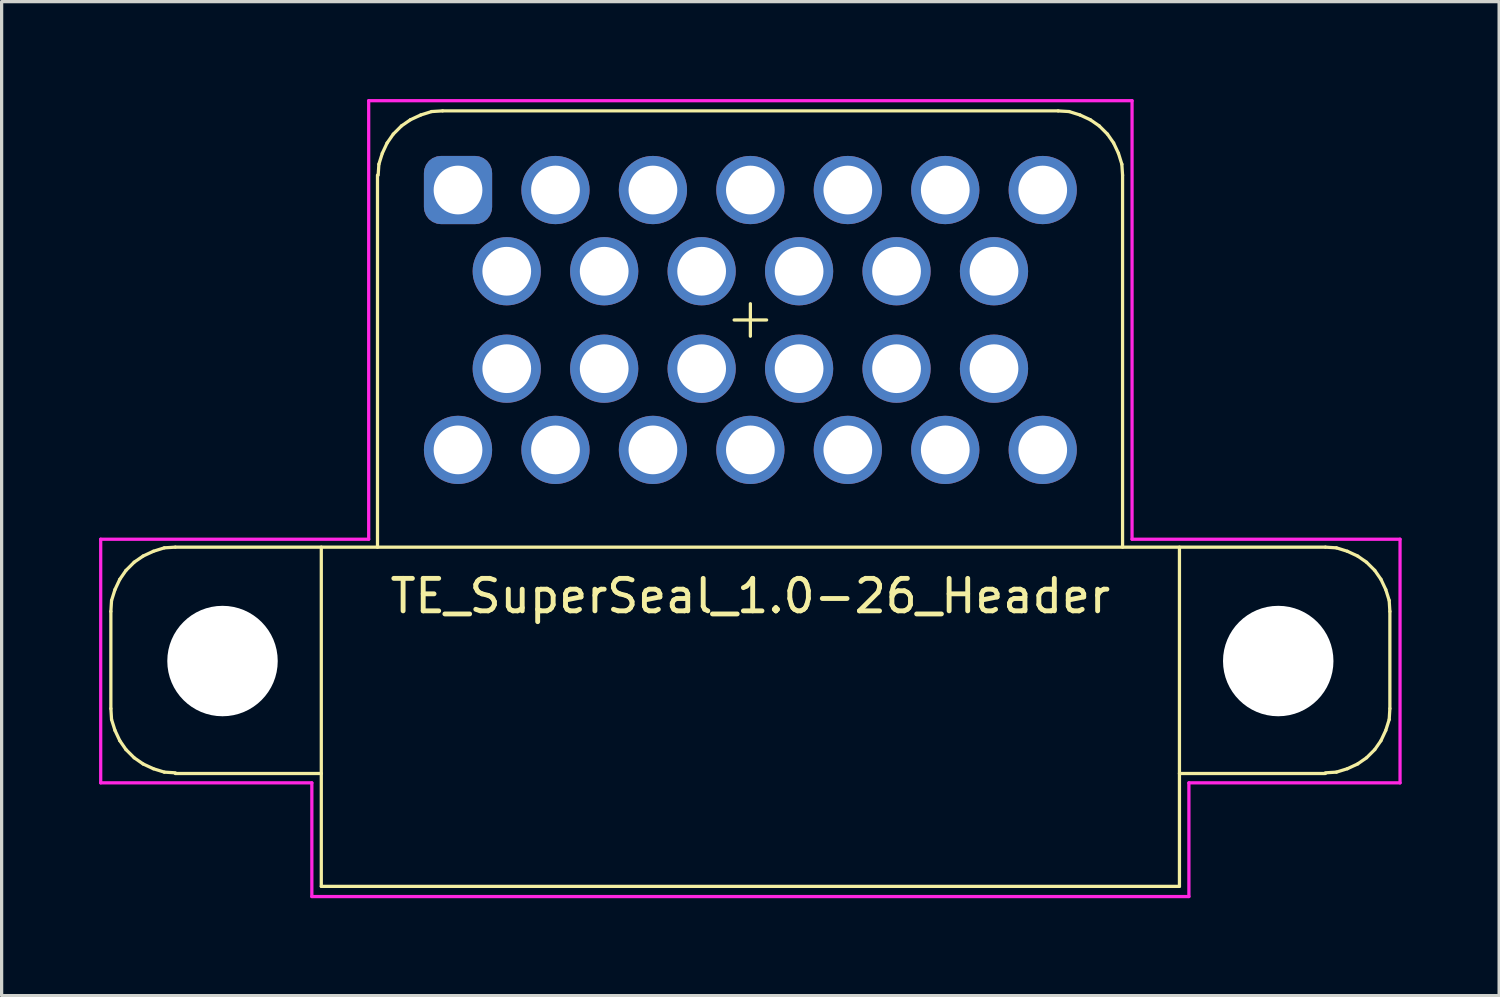
<source format=kicad_pcb>
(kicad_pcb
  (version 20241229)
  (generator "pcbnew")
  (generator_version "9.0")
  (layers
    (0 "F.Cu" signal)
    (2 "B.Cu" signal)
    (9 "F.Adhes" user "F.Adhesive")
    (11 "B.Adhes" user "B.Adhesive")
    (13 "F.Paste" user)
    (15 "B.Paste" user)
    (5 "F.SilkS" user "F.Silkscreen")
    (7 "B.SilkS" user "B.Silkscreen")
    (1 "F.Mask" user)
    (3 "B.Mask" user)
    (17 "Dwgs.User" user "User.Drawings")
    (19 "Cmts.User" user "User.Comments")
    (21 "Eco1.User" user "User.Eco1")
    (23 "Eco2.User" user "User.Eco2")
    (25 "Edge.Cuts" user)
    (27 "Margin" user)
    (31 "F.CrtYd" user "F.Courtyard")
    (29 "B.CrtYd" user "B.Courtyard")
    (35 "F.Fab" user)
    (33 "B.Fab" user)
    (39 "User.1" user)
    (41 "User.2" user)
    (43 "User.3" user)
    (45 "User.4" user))
  (footprint "TE_SuperSeal_1.0-26_Header"
    (layer "F.Cu")
    (at 11.05 2.8)
    (property "Reference" "TE_SuperSeal_1.0-26_Header" (at 9 12.5 0) (layer "F.SilkS") (effects (font (size 1 1) (thickness 0.15))))
    (attr through_hole)
    (fp_line (start -10.687 15.963) (end -10.687 12.973) (stroke (width 0.1) (type solid)) (layer "F.SilkS"))
    (fp_line (start -10.687 15.963) (end -10.666 16.299) (stroke (width 0.1) (type solid)) (layer "F.SilkS"))
    (fp_line (start -10.666 12.636) (end -10.687 12.973) (stroke (width 0.1) (type solid)) (layer "F.SilkS"))
    (fp_line (start -10.666 16.299) (end -10.56 16.636) (stroke (width 0.1) (type solid)) (layer "F.SilkS"))
    (fp_line (start -10.56 12.299) (end -10.666 12.636) (stroke (width 0.1) (type solid)) (layer "F.SilkS"))
    (fp_line (start -10.56 16.636) (end -10.412 16.952) (stroke (width 0.1) (type solid)) (layer "F.SilkS"))
    (fp_line (start -10.412 11.984) (end -10.56 12.299) (stroke (width 0.1) (type solid)) (layer "F.SilkS"))
    (fp_line (start -10.412 16.952) (end -10.222 17.226) (stroke (width 0.1) (type solid)) (layer "F.SilkS"))
    (fp_line (start -10.222 11.71) (end -10.412 11.984) (stroke (width 0.1) (type solid)) (layer "F.SilkS"))
    (fp_line (start -10.222 17.226) (end -9.969 17.478) (stroke (width 0.1) (type solid)) (layer "F.SilkS"))
    (fp_line (start -9.969 11.457) (end -10.222 11.71) (stroke (width 0.1) (type solid)) (layer "F.SilkS"))
    (fp_line (start -9.969 17.478) (end -9.695 17.668) (stroke (width 0.1) (type solid)) (layer "F.SilkS"))
    (fp_line (start -9.695 11.268) (end -9.969 11.457) (stroke (width 0.1) (type solid)) (layer "F.SilkS"))
    (fp_line (start -9.695 17.668) (end -9.379 17.815) (stroke (width 0.1) (type solid)) (layer "F.SilkS"))
    (fp_line (start -9.379 11.121) (end -9.695 11.268) (stroke (width 0.1) (type solid)) (layer "F.SilkS"))
    (fp_line (start -9.379 17.815) (end -9.041 17.92) (stroke (width 0.1) (type solid)) (layer "F.SilkS"))
    (fp_line (start -9.041 11.015) (end -9.379 11.121) (stroke (width 0.1) (type solid)) (layer "F.SilkS"))
    (fp_line (start -9.041 17.92) (end -8.703 17.941) (stroke (width 0.1) (type solid)) (layer "F.SilkS"))
    (fp_line (start -8.703 10.994) (end -9.041 11.015) (stroke (width 0.1) (type solid)) (layer "F.SilkS"))
    (fp_line (start -4.209 17.962) (end -8.703 17.962) (stroke (width 0.1) (type solid)) (layer "F.SilkS"))
    (fp_line (start -4.209 21.436) (end -4.209 10.994) (stroke (width 0.1) (type solid)) (layer "F.SilkS"))
    (fp_line (start -2.479 10.994) (end -2.479 -0.458) (stroke (width 0.1) (type solid)) (layer "F.SilkS"))
    (fp_line (start -2.436 -0.795) (end -2.458 -0.458) (stroke (width 0.1) (type solid)) (layer "F.SilkS"))
    (fp_line (start -2.331 -1.131) (end -2.436 -0.795) (stroke (width 0.1) (type solid)) (layer "F.SilkS"))
    (fp_line (start -2.183 -1.447) (end -2.331 -1.131) (stroke (width 0.1) (type solid)) (layer "F.SilkS"))
    (fp_line (start -1.993 -1.721) (end -2.183 -1.447) (stroke (width 0.1) (type solid)) (layer "F.SilkS"))
    (fp_line (start -1.74 -1.974) (end -1.993 -1.721) (stroke (width 0.1) (type solid)) (layer "F.SilkS"))
    (fp_line (start -1.466 -2.163) (end -1.74 -1.974) (stroke (width 0.1) (type solid)) (layer "F.SilkS"))
    (fp_line (start -1.149 -2.31) (end -1.466 -2.163) (stroke (width 0.1) (type solid)) (layer "F.SilkS"))
    (fp_line (start -0.812 -2.416) (end -1.149 -2.31) (stroke (width 0.1) (type solid)) (layer "F.SilkS"))
    (fp_line (start -0.474 -2.437) (end -0.812 -2.416) (stroke (width 0.1) (type solid)) (layer "F.SilkS"))
    (fp_line (start -0.474 -2.437) (end 18.474 -2.437) (stroke (width 0.1) (type solid)) (layer "F.SilkS"))
    (fp_line (start 8.5 4) (end 9.5 4) (stroke (width 0.1) (type solid)) (layer "F.SilkS"))
    (fp_line (start 9 4.5) (end 9 3.5) (stroke (width 0.1) (type solid)) (layer "F.SilkS"))
    (fp_line (start 18.812 -2.416) (end 18.474 -2.436) (stroke (width 0.1) (type solid)) (layer "F.SilkS"))
    (fp_line (start 19.149 -2.31) (end 18.812 -2.416) (stroke (width 0.1) (type solid)) (layer "F.SilkS"))
    (fp_line (start 19.466 -2.163) (end 19.149 -2.31) (stroke (width 0.1) (type solid)) (layer "F.SilkS"))
    (fp_line (start 19.74 -1.974) (end 19.466 -2.163) (stroke (width 0.1) (type solid)) (layer "F.SilkS"))
    (fp_line (start 19.993 -1.721) (end 19.74 -1.974) (stroke (width 0.1) (type solid)) (layer "F.SilkS"))
    (fp_line (start 20.183 -1.447) (end 19.993 -1.721) (stroke (width 0.1) (type solid)) (layer "F.SilkS"))
    (fp_line (start 20.331 -1.131) (end 20.183 -1.447) (stroke (width 0.1) (type solid)) (layer "F.SilkS"))
    (fp_line (start 20.436 -0.794) (end 20.331 -1.131) (stroke (width 0.1) (type solid)) (layer "F.SilkS"))
    (fp_line (start 20.458 -0.458) (end 20.436 -0.794) (stroke (width 0.1) (type solid)) (layer "F.SilkS"))
    (fp_line (start 20.458 10.994) (end 20.458 -0.458) (stroke (width 0.1) (type solid)) (layer "F.SilkS"))
    (fp_line (start 22.209 17.962) (end 26.703 17.962) (stroke (width 0.1) (type solid)) (layer "F.SilkS"))
    (fp_line (start 22.209 21.436) (end -4.209 21.436) (stroke (width 0.1) (type solid)) (layer "F.SilkS"))
    (fp_line (start 22.209 21.436) (end 22.209 10.994) (stroke (width 0.1) (type solid)) (layer "F.SilkS"))
    (fp_line (start 26.703 10.994) (end -8.703 10.994) (stroke (width 0.1) (type solid)) (layer "F.SilkS"))
    (fp_line (start 26.703 17.941) (end 27.041 17.92) (stroke (width 0.1) (type solid)) (layer "F.SilkS"))
    (fp_line (start 27.041 11.015) (end 26.703 10.994) (stroke (width 0.1) (type solid)) (layer "F.SilkS"))
    (fp_line (start 27.041 17.92) (end 27.379 17.815) (stroke (width 0.1) (type solid)) (layer "F.SilkS"))
    (fp_line (start 27.379 11.121) (end 27.041 11.015) (stroke (width 0.1) (type solid)) (layer "F.SilkS"))
    (fp_line (start 27.379 17.815) (end 27.695 17.668) (stroke (width 0.1) (type solid)) (layer "F.SilkS"))
    (fp_line (start 27.695 11.268) (end 27.379 11.121) (stroke (width 0.1) (type solid)) (layer "F.SilkS"))
    (fp_line (start 27.695 17.668) (end 27.969 17.478) (stroke (width 0.1) (type solid)) (layer "F.SilkS"))
    (fp_line (start 27.969 11.458) (end 27.695 11.268) (stroke (width 0.1) (type solid)) (layer "F.SilkS"))
    (fp_line (start 27.969 17.478) (end 28.222 17.226) (stroke (width 0.1) (type solid)) (layer "F.SilkS"))
    (fp_line (start 28.222 11.71) (end 27.969 11.458) (stroke (width 0.1) (type solid)) (layer "F.SilkS"))
    (fp_line (start 28.222 17.226) (end 28.412 16.952) (stroke (width 0.1) (type solid)) (layer "F.SilkS"))
    (fp_line (start 28.412 11.984) (end 28.222 11.71) (stroke (width 0.1) (type solid)) (layer "F.SilkS"))
    (fp_line (start 28.412 16.952) (end 28.56 16.636) (stroke (width 0.1) (type solid)) (layer "F.SilkS"))
    (fp_line (start 28.56 12.299) (end 28.412 11.984) (stroke (width 0.1) (type solid)) (layer "F.SilkS"))
    (fp_line (start 28.56 16.636) (end 28.666 16.3) (stroke (width 0.1) (type solid)) (layer "F.SilkS"))
    (fp_line (start 28.666 12.636) (end 28.56 12.299) (stroke (width 0.1) (type solid)) (layer "F.SilkS"))
    (fp_line (start 28.666 16.3) (end 28.687 15.963) (stroke (width 0.1) (type solid)) (layer "F.SilkS"))
    (fp_line (start 28.687 12.973) (end 28.666 12.636) (stroke (width 0.1) (type solid)) (layer "F.SilkS"))
    (fp_line (start 28.687 15.963) (end 28.687 12.973) (stroke (width 0.1) (type solid)) (layer "F.SilkS"))
    (fp_line (start -11 10.75) (end -11 18.25) (stroke (width 0.1) (type solid)) (layer "F.CrtYd"))
    (fp_line (start -11 18.25) (end -4.5 18.25) (stroke (width 0.1) (type solid)) (layer "F.CrtYd"))
    (fp_line (start -4.5 18.25) (end -4.5 21.75) (stroke (width 0.1) (type solid)) (layer "F.CrtYd"))
    (fp_line (start -4.5 21.75) (end 22.5 21.75) (stroke (width 0.1) (type solid)) (layer "F.CrtYd"))
    (fp_line (start -2.75 -2.75) (end -2.75 10.75) (stroke (width 0.1) (type solid)) (layer "F.CrtYd"))
    (fp_line (start -2.75 10.75) (end -11 10.75) (stroke (width 0.1) (type solid)) (layer "F.CrtYd"))
    (fp_line (start 20.75 -2.75) (end -2.75 -2.75) (stroke (width 0.1) (type solid)) (layer "F.CrtYd"))
    (fp_line (start 20.75 10.75) (end 20.75 -2.75) (stroke (width 0.1) (type solid)) (layer "F.CrtYd"))
    (fp_line (start 22.5 18.25) (end 29 18.25) (stroke (width 0.1) (type solid)) (layer "F.CrtYd"))
    (fp_line (start 22.5 21.75) (end 22.5 18.25) (stroke (width 0.1) (type solid)) (layer "F.CrtYd"))
    (fp_line (start 29 10.75) (end 20.75 10.75) (stroke (width 0.1) (type solid)) (layer "F.CrtYd"))
    (fp_line (start 29 18.25) (end 29 10.75) (stroke (width 0.1) (type solid)) (layer "F.CrtYd"))
    (pad "" np_thru_hole circle (at -7.25 14.5) (size 3.4 3.4) (drill 3.4) (layers "*.Cu" "*.Mask"))
    (pad "" np_thru_hole circle (at 25.25 14.5) (size 3.4 3.4) (drill 3.4) (layers "*.Cu" "*.Mask"))
    (pad "1" thru_hole roundrect (at 0 0 180) (size 2.1 2.1) (drill 1.5) (layers "*.Cu" "*.Mask") (roundrect_rratio 0.25))
    (pad "2" thru_hole circle (at 3 0 180) (size 2.1 2.1) (drill 1.5) (layers "*.Cu" "*.Mask"))
    (pad "3" thru_hole circle (at 6 0 180) (size 2.1 2.1) (drill 1.5) (layers "*.Cu" "*.Mask"))
    (pad "4" thru_hole circle (at 9 0 180) (size 2.1 2.1) (drill 1.5) (layers "*.Cu" "*.Mask"))
    (pad "5" thru_hole circle (at 12 0 180) (size 2.1 2.1) (drill 1.5) (layers "*.Cu" "*.Mask"))
    (pad "6" thru_hole circle (at 15 0 180) (size 2.1 2.1) (drill 1.5) (layers "*.Cu" "*.Mask"))
    (pad "7" thru_hole circle (at 18 0 180) (size 2.1 2.1) (drill 1.5) (layers "*.Cu" "*.Mask"))
    (pad "8" thru_hole circle (at 1.5 2.5 180) (size 2.1 2.1) (drill 1.5) (layers "*.Cu" "*.Mask"))
    (pad "9" thru_hole circle (at 4.5 2.5 180) (size 2.1 2.1) (drill 1.5) (layers "*.Cu" "*.Mask"))
    (pad "10" thru_hole circle (at 7.5 2.5 180) (size 2.1 2.1) (drill 1.5) (layers "*.Cu" "*.Mask"))
    (pad "11" thru_hole circle (at 10.5 2.5 180) (size 2.1 2.1) (drill 1.5) (layers "*.Cu" "*.Mask"))
    (pad "12" thru_hole circle (at 13.5 2.5 180) (size 2.1 2.1) (drill 1.5) (layers "*.Cu" "*.Mask"))
    (pad "13" thru_hole circle (at 16.5 2.5 180) (size 2.1 2.1) (drill 1.5) (layers "*.Cu" "*.Mask"))
    (pad "14" thru_hole circle (at 1.5 5.5) (size 2.1 2.1) (drill 1.5) (layers "*.Cu" "*.Mask"))
    (pad "15" thru_hole circle (at 4.5 5.5) (size 2.1 2.1) (drill 1.5) (layers "*.Cu" "*.Mask"))
    (pad "16" thru_hole circle (at 7.5 5.5) (size 2.1 2.1) (drill 1.5) (layers "*.Cu" "*.Mask"))
    (pad "17" thru_hole circle (at 10.5 5.5) (size 2.1 2.1) (drill 1.5) (layers "*.Cu" "*.Mask"))
    (pad "18" thru_hole circle (at 13.5 5.5) (size 2.1 2.1) (drill 1.5) (layers "*.Cu" "*.Mask"))
    (pad "19" thru_hole circle (at 16.5 5.5) (size 2.1 2.1) (drill 1.5) (layers "*.Cu" "*.Mask"))
    (pad "20" thru_hole circle (at 0 8) (size 2.1 2.1) (drill 1.5) (layers "*.Cu" "*.Mask"))
    (pad "21" thru_hole circle (at 3 8) (size 2.1 2.1) (drill 1.5) (layers "*.Cu" "*.Mask"))
    (pad "22" thru_hole circle (at 6 8) (size 2.1 2.1) (drill 1.5) (layers "*.Cu" "*.Mask"))
    (pad "23" thru_hole circle (at 9 8) (size 2.1 2.1) (drill 1.5) (layers "*.Cu" "*.Mask"))
    (pad "24" thru_hole circle (at 12 8) (size 2.1 2.1) (drill 1.5) (layers "*.Cu" "*.Mask"))
    (pad "25" thru_hole circle (at 15 8) (size 2.1 2.1) (drill 1.5) (layers "*.Cu" "*.Mask"))
    (pad "26" thru_hole circle (at 18 8) (size 2.1 2.1) (drill 1.5) (layers "*.Cu" "*.Mask")))
  (gr_rect
    (start -3 -3)
    (end 43.1 27.6)
    (stroke (width 0.1) (type default))
    (fill no)
    (layer "Edge.Cuts")))
</source>
